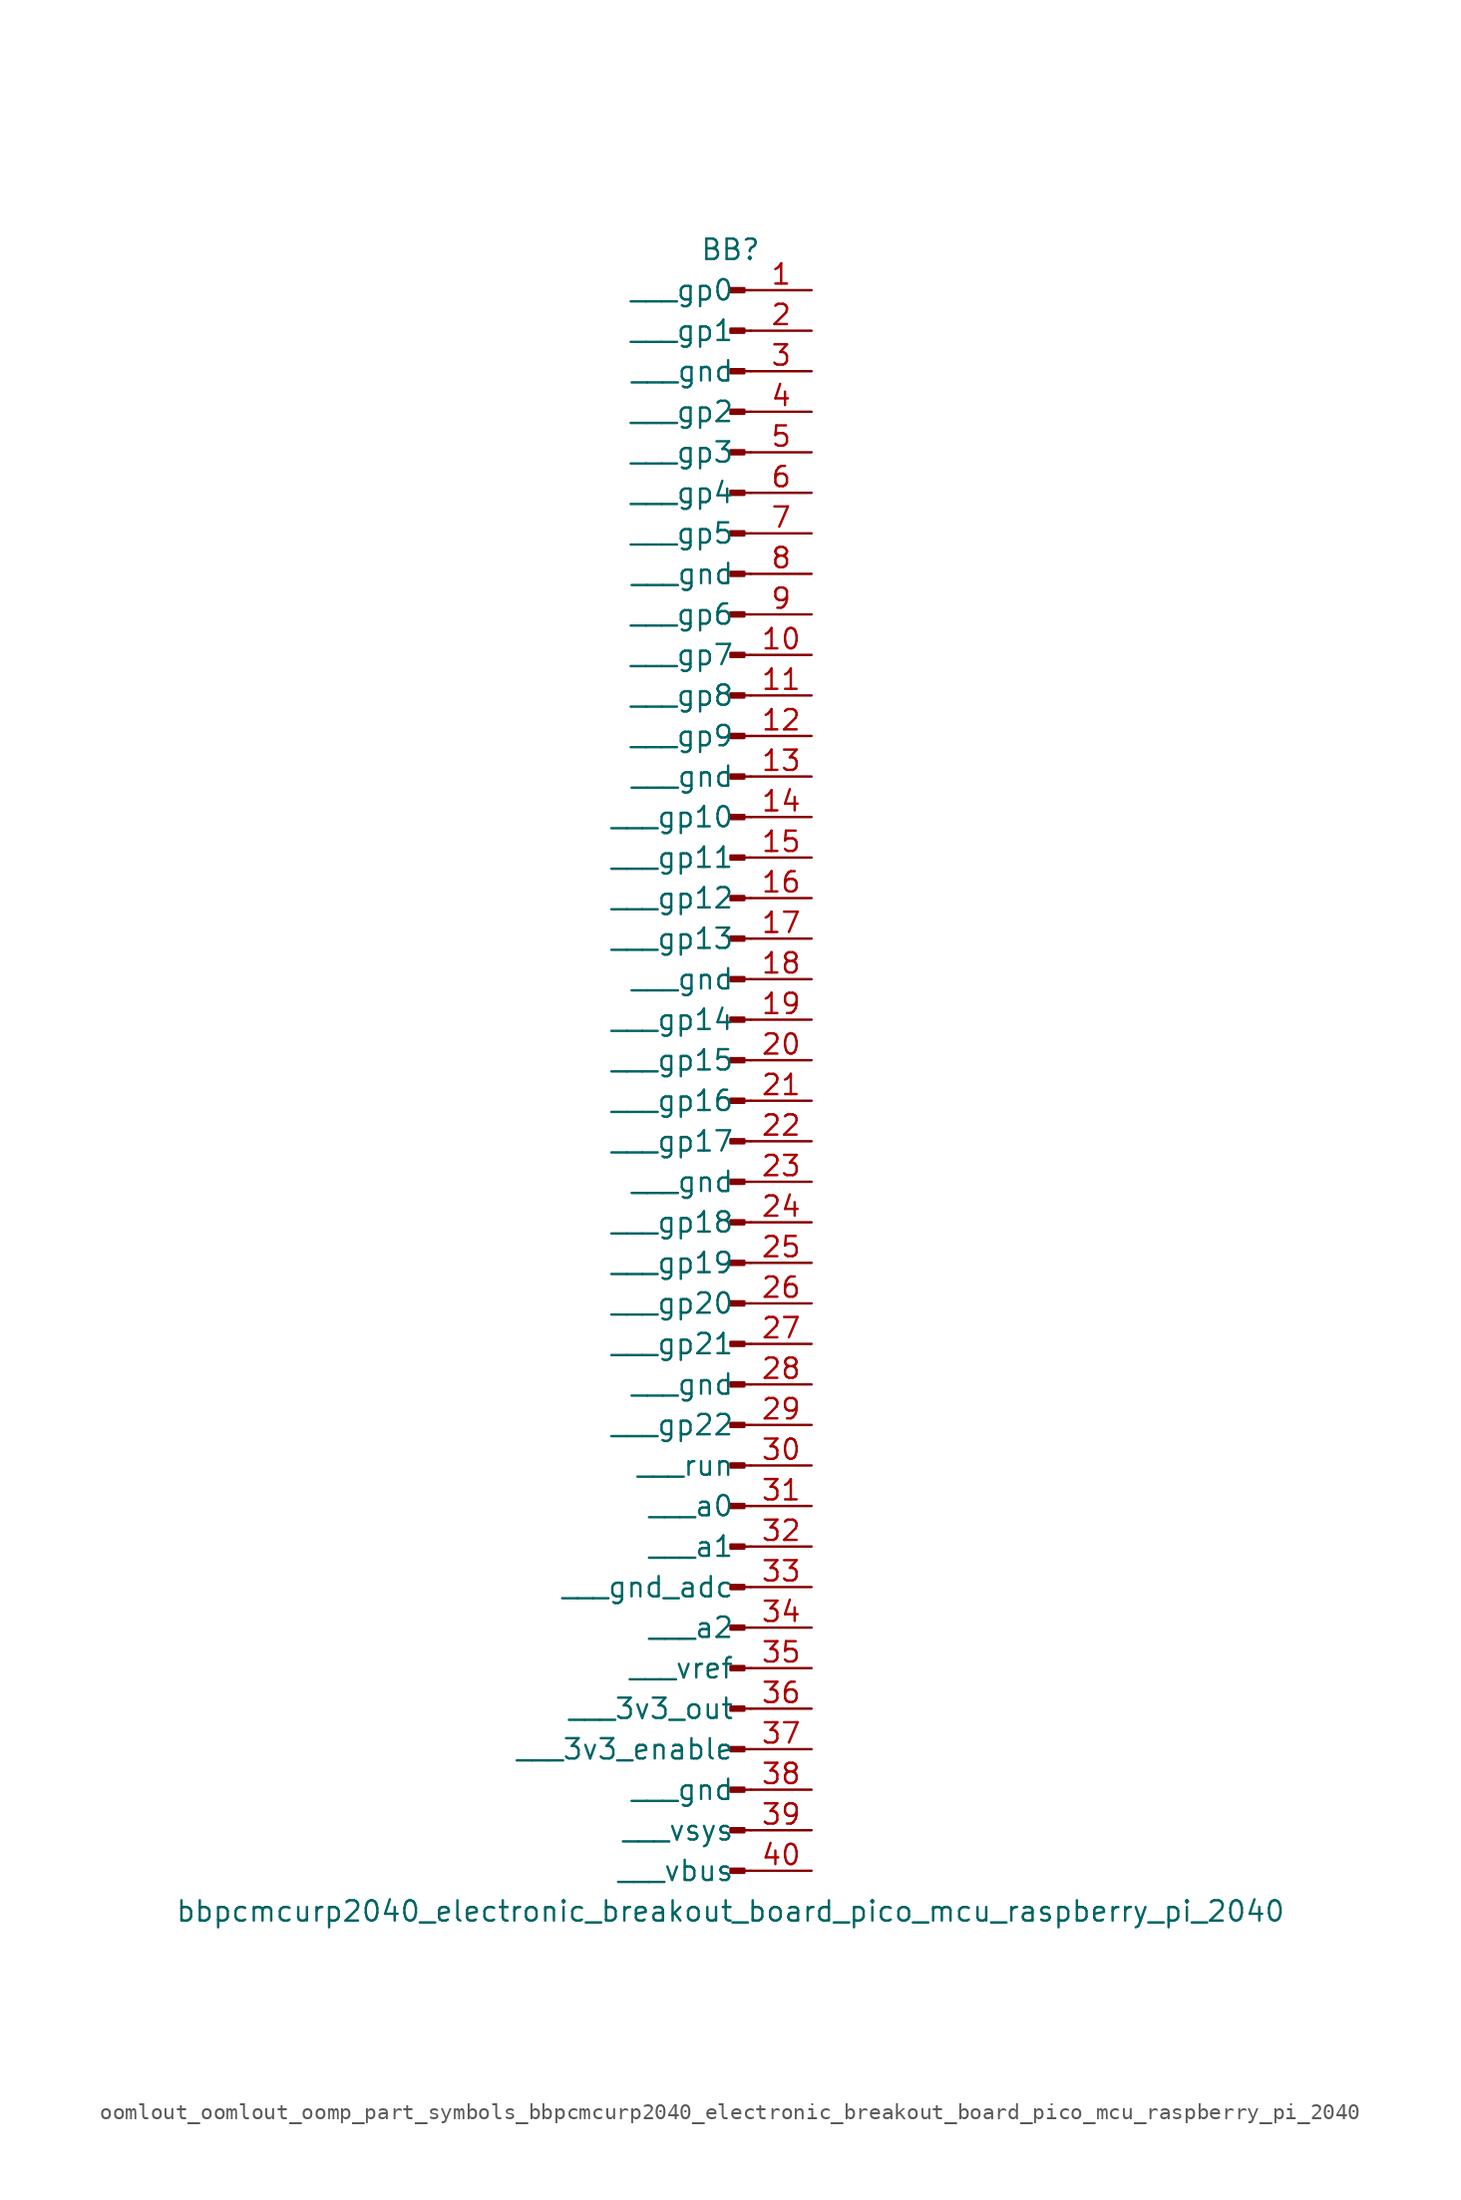
<source format=kicad_sym>
(kicad_symbol_lib
  (version 20220914)
  (generator kicad_symbol_editor)
  (symbol "oomlout_oomlout_oomp_part_symbols_bbpcmcurp2040_electronic_breakout_board_pico_mcu_raspberry_pi_2040"
    (pin_names
      (offset 1.016))
    (property "Reference" "BB"
      (at 0 50.8 0)
      (effects (font (size 1.27 1.27))))
    (property "Value" "bbpcmcurp2040_electronic_breakout_board_pico_mcu_raspberry_pi_2040"
      (at 0 -53.34 0)
      (effects (font (size 1.27 1.27))))
    (property "ki_locked" ""
      (at 0 0 0)
      (effects (font (size 1.27 1.27))))
    (symbol "oomlout_oomlout_oomp_part_symbols_bbpcmcurp2040_electronic_breakout_board_pico_mcu_raspberry_pi_2040_1_1"
      (polyline (pts (xy 1.27 -50.8) (xy 0.864 -50.8)) (stroke (width 0.152) (type default)) (fill (type none)))
      (polyline (pts (xy 1.27 -48.26) (xy 0.864 -48.26)) (stroke (width 0.152) (type default)) (fill (type none)))
      (polyline (pts (xy 1.27 -45.72) (xy 0.864 -45.72)) (stroke (width 0.152) (type default)) (fill (type none)))
      (polyline (pts (xy 1.27 -43.18) (xy 0.864 -43.18)) (stroke (width 0.152) (type default)) (fill (type none)))
      (polyline (pts (xy 1.27 -40.64) (xy 0.864 -40.64)) (stroke (width 0.152) (type default)) (fill (type none)))
      (polyline (pts (xy 1.27 -38.1) (xy 0.864 -38.1)) (stroke (width 0.152) (type default)) (fill (type none)))
      (polyline (pts (xy 1.27 -35.56) (xy 0.864 -35.56)) (stroke (width 0.152) (type default)) (fill (type none)))
      (polyline (pts (xy 1.27 -33.02) (xy 0.864 -33.02)) (stroke (width 0.152) (type default)) (fill (type none)))
      (polyline (pts (xy 1.27 -30.48) (xy 0.864 -30.48)) (stroke (width 0.152) (type default)) (fill (type none)))
      (polyline (pts (xy 1.27 -27.94) (xy 0.864 -27.94)) (stroke (width 0.152) (type default)) (fill (type none)))
      (polyline (pts (xy 1.27 -25.4) (xy 0.864 -25.4)) (stroke (width 0.152) (type default)) (fill (type none)))
      (polyline (pts (xy 1.27 -22.86) (xy 0.864 -22.86)) (stroke (width 0.152) (type default)) (fill (type none)))
      (polyline (pts (xy 1.27 -20.32) (xy 0.864 -20.32)) (stroke (width 0.152) (type default)) (fill (type none)))
      (polyline (pts (xy 1.27 -17.78) (xy 0.864 -17.78)) (stroke (width 0.152) (type default)) (fill (type none)))
      (polyline (pts (xy 1.27 -15.24) (xy 0.864 -15.24)) (stroke (width 0.152) (type default)) (fill (type none)))
      (polyline (pts (xy 1.27 -12.7) (xy 0.864 -12.7)) (stroke (width 0.152) (type default)) (fill (type none)))
      (polyline (pts (xy 1.27 -10.16) (xy 0.864 -10.16)) (stroke (width 0.152) (type default)) (fill (type none)))
      (polyline (pts (xy 1.27 -7.62) (xy 0.864 -7.62)) (stroke (width 0.152) (type default)) (fill (type none)))
      (polyline (pts (xy 1.27 -5.08) (xy 0.864 -5.08)) (stroke (width 0.152) (type default)) (fill (type none)))
      (polyline (pts (xy 1.27 -2.54) (xy 0.864 -2.54)) (stroke (width 0.152) (type default)) (fill (type none)))
      (polyline (pts (xy 1.27 0) (xy 0.864 0)) (stroke (width 0.152) (type default)) (fill (type none)))
      (polyline (pts (xy 1.27 2.54) (xy 0.864 2.54)) (stroke (width 0.152) (type default)) (fill (type none)))
      (polyline (pts (xy 1.27 5.08) (xy 0.864 5.08)) (stroke (width 0.152) (type default)) (fill (type none)))
      (polyline (pts (xy 1.27 7.62) (xy 0.864 7.62)) (stroke (width 0.152) (type default)) (fill (type none)))
      (polyline (pts (xy 1.27 10.16) (xy 0.864 10.16)) (stroke (width 0.152) (type default)) (fill (type none)))
      (polyline (pts (xy 1.27 12.7) (xy 0.864 12.7)) (stroke (width 0.152) (type default)) (fill (type none)))
      (polyline (pts (xy 1.27 15.24) (xy 0.864 15.24)) (stroke (width 0.152) (type default)) (fill (type none)))
      (polyline (pts (xy 1.27 17.78) (xy 0.864 17.78)) (stroke (width 0.152) (type default)) (fill (type none)))
      (polyline (pts (xy 1.27 20.32) (xy 0.864 20.32)) (stroke (width 0.152) (type default)) (fill (type none)))
      (polyline (pts (xy 1.27 22.86) (xy 0.864 22.86)) (stroke (width 0.152) (type default)) (fill (type none)))
      (polyline (pts (xy 1.27 25.4) (xy 0.864 25.4)) (stroke (width 0.152) (type default)) (fill (type none)))
      (polyline (pts (xy 1.27 27.94) (xy 0.864 27.94)) (stroke (width 0.152) (type default)) (fill (type none)))
      (polyline (pts (xy 1.27 30.48) (xy 0.864 30.48)) (stroke (width 0.152) (type default)) (fill (type none)))
      (polyline (pts (xy 1.27 33.02) (xy 0.864 33.02)) (stroke (width 0.152) (type default)) (fill (type none)))
      (polyline (pts (xy 1.27 35.56) (xy 0.864 35.56)) (stroke (width 0.152) (type default)) (fill (type none)))
      (polyline (pts (xy 1.27 38.1) (xy 0.864 38.1)) (stroke (width 0.152) (type default)) (fill (type none)))
      (polyline (pts (xy 1.27 40.64) (xy 0.864 40.64)) (stroke (width 0.152) (type default)) (fill (type none)))
      (polyline (pts (xy 1.27 43.18) (xy 0.864 43.18)) (stroke (width 0.152) (type default)) (fill (type none)))
      (polyline (pts (xy 1.27 45.72) (xy 0.864 45.72)) (stroke (width 0.152) (type default)) (fill (type none)))
      (polyline (pts (xy 1.27 48.26) (xy 0.864 48.26)) (stroke (width 0.152) (type default)) (fill (type none)))
      (rectangle (start 0.864 -50.673) (end 0 -50.927) (stroke (width 0.152) (type default)) (fill (type outline)))
      (rectangle (start 0.864 -48.133) (end 0 -48.387) (stroke (width 0.152) (type default)) (fill (type outline)))
      (rectangle (start 0.864 -45.593) (end 0 -45.847) (stroke (width 0.152) (type default)) (fill (type outline)))
      (rectangle (start 0.864 -43.053) (end 0 -43.307) (stroke (width 0.152) (type default)) (fill (type outline)))
      (rectangle (start 0.864 -40.513) (end 0 -40.767) (stroke (width 0.152) (type default)) (fill (type outline)))
      (rectangle (start 0.864 -37.973) (end 0 -38.227) (stroke (width 0.152) (type default)) (fill (type outline)))
      (rectangle (start 0.864 -35.433) (end 0 -35.687) (stroke (width 0.152) (type default)) (fill (type outline)))
      (rectangle (start 0.864 -32.893) (end 0 -33.147) (stroke (width 0.152) (type default)) (fill (type outline)))
      (rectangle (start 0.864 -30.353) (end 0 -30.607) (stroke (width 0.152) (type default)) (fill (type outline)))
      (rectangle (start 0.864 -27.813) (end 0 -28.067) (stroke (width 0.152) (type default)) (fill (type outline)))
      (rectangle (start 0.864 -25.273) (end 0 -25.527) (stroke (width 0.152) (type default)) (fill (type outline)))
      (rectangle (start 0.864 -22.733) (end 0 -22.987) (stroke (width 0.152) (type default)) (fill (type outline)))
      (rectangle (start 0.864 -20.193) (end 0 -20.447) (stroke (width 0.152) (type default)) (fill (type outline)))
      (rectangle (start 0.864 -17.653) (end 0 -17.907) (stroke (width 0.152) (type default)) (fill (type outline)))
      (rectangle (start 0.864 -15.113) (end 0 -15.367) (stroke (width 0.152) (type default)) (fill (type outline)))
      (rectangle (start 0.864 -12.573) (end 0 -12.827) (stroke (width 0.152) (type default)) (fill (type outline)))
      (rectangle (start 0.864 -10.033) (end 0 -10.287) (stroke (width 0.152) (type default)) (fill (type outline)))
      (rectangle (start 0.864 -7.493) (end 0 -7.747) (stroke (width 0.152) (type default)) (fill (type outline)))
      (rectangle (start 0.864 -4.953) (end 0 -5.207) (stroke (width 0.152) (type default)) (fill (type outline)))
      (rectangle (start 0.864 -2.413) (end 0 -2.667) (stroke (width 0.152) (type default)) (fill (type outline)))
      (rectangle (start 0.864 0.127) (end 0 -0.127) (stroke (width 0.152) (type default)) (fill (type outline)))
      (rectangle (start 0.864 2.667) (end 0 2.413) (stroke (width 0.152) (type default)) (fill (type outline)))
      (rectangle (start 0.864 5.207) (end 0 4.953) (stroke (width 0.152) (type default)) (fill (type outline)))
      (rectangle (start 0.864 7.747) (end 0 7.493) (stroke (width 0.152) (type default)) (fill (type outline)))
      (rectangle (start 0.864 10.287) (end 0 10.033) (stroke (width 0.152) (type default)) (fill (type outline)))
      (rectangle (start 0.864 12.827) (end 0 12.573) (stroke (width 0.152) (type default)) (fill (type outline)))
      (rectangle (start 0.864 15.367) (end 0 15.113) (stroke (width 0.152) (type default)) (fill (type outline)))
      (rectangle (start 0.864 17.907) (end 0 17.653) (stroke (width 0.152) (type default)) (fill (type outline)))
      (rectangle (start 0.864 20.447) (end 0 20.193) (stroke (width 0.152) (type default)) (fill (type outline)))
      (rectangle (start 0.864 22.987) (end 0 22.733) (stroke (width 0.152) (type default)) (fill (type outline)))
      (rectangle (start 0.864 25.527) (end 0 25.273) (stroke (width 0.152) (type default)) (fill (type outline)))
      (rectangle (start 0.864 28.067) (end 0 27.813) (stroke (width 0.152) (type default)) (fill (type outline)))
      (rectangle (start 0.864 30.607) (end 0 30.353) (stroke (width 0.152) (type default)) (fill (type outline)))
      (rectangle (start 0.864 33.147) (end 0 32.893) (stroke (width 0.152) (type default)) (fill (type outline)))
      (rectangle (start 0.864 35.687) (end 0 35.433) (stroke (width 0.152) (type default)) (fill (type outline)))
      (rectangle (start 0.864 38.227) (end 0 37.973) (stroke (width 0.152) (type default)) (fill (type outline)))
      (rectangle (start 0.864 40.767) (end 0 40.513) (stroke (width 0.152) (type default)) (fill (type outline)))
      (rectangle (start 0.864 43.307) (end 0 43.053) (stroke (width 0.152) (type default)) (fill (type outline)))
      (rectangle (start 0.864 45.847) (end 0 45.593) (stroke (width 0.152) (type default)) (fill (type outline)))
      (rectangle (start 0.864 48.387) (end 0 48.133) (stroke (width 0.152) (type default)) (fill (type outline)))
      (pin passive line (at 5.08 48.26 180) (length 3.81) (name "   gp0" (effects (font (size 1.27 1.27)))) (number "1" (effects (font (size 1.27 1.27)))))
      (pin passive line (at 5.08 25.4 180) (length 3.81) (name "   gp7" (effects (font (size 1.27 1.27)))) (number "10" (effects (font (size 1.27 1.27)))))
      (pin passive line (at 5.08 22.86 180) (length 3.81) (name "   gp8" (effects (font (size 1.27 1.27)))) (number "11" (effects (font (size 1.27 1.27)))))
      (pin passive line (at 5.08 20.32 180) (length 3.81) (name "   gp9" (effects (font (size 1.27 1.27)))) (number "12" (effects (font (size 1.27 1.27)))))
      (pin passive line (at 5.08 17.78 180) (length 3.81) (name "   gnd" (effects (font (size 1.27 1.27)))) (number "13" (effects (font (size 1.27 1.27)))))
      (pin passive line (at 5.08 15.24 180) (length 3.81) (name "   gp10" (effects (font (size 1.27 1.27)))) (number "14" (effects (font (size 1.27 1.27)))))
      (pin passive line (at 5.08 12.7 180) (length 3.81) (name "   gp11" (effects (font (size 1.27 1.27)))) (number "15" (effects (font (size 1.27 1.27)))))
      (pin passive line (at 5.08 10.16 180) (length 3.81) (name "   gp12" (effects (font (size 1.27 1.27)))) (number "16" (effects (font (size 1.27 1.27)))))
      (pin passive line (at 5.08 7.62 180) (length 3.81) (name "   gp13" (effects (font (size 1.27 1.27)))) (number "17" (effects (font (size 1.27 1.27)))))
      (pin passive line (at 5.08 5.08 180) (length 3.81) (name "   gnd" (effects (font (size 1.27 1.27)))) (number "18" (effects (font (size 1.27 1.27)))))
      (pin passive line (at 5.08 2.54 180) (length 3.81) (name "   gp14" (effects (font (size 1.27 1.27)))) (number "19" (effects (font (size 1.27 1.27)))))
      (pin passive line (at 5.08 45.72 180) (length 3.81) (name "   gp1" (effects (font (size 1.27 1.27)))) (number "2" (effects (font (size 1.27 1.27)))))
      (pin passive line (at 5.08 0 180) (length 3.81) (name "   gp15" (effects (font (size 1.27 1.27)))) (number "20" (effects (font (size 1.27 1.27)))))
      (pin passive line (at 5.08 -2.54 180) (length 3.81) (name "   gp16" (effects (font (size 1.27 1.27)))) (number "21" (effects (font (size 1.27 1.27)))))
      (pin passive line (at 5.08 -5.08 180) (length 3.81) (name "   gp17" (effects (font (size 1.27 1.27)))) (number "22" (effects (font (size 1.27 1.27)))))
      (pin passive line (at 5.08 -7.62 180) (length 3.81) (name "   gnd" (effects (font (size 1.27 1.27)))) (number "23" (effects (font (size 1.27 1.27)))))
      (pin passive line (at 5.08 -10.16 180) (length 3.81) (name "   gp18" (effects (font (size 1.27 1.27)))) (number "24" (effects (font (size 1.27 1.27)))))
      (pin passive line (at 5.08 -12.7 180) (length 3.81) (name "   gp19" (effects (font (size 1.27 1.27)))) (number "25" (effects (font (size 1.27 1.27)))))
      (pin passive line (at 5.08 -15.24 180) (length 3.81) (name "   gp20" (effects (font (size 1.27 1.27)))) (number "26" (effects (font (size 1.27 1.27)))))
      (pin passive line (at 5.08 -17.78 180) (length 3.81) (name "   gp21" (effects (font (size 1.27 1.27)))) (number "27" (effects (font (size 1.27 1.27)))))
      (pin passive line (at 5.08 -20.32 180) (length 3.81) (name "   gnd" (effects (font (size 1.27 1.27)))) (number "28" (effects (font (size 1.27 1.27)))))
      (pin passive line (at 5.08 -22.86 180) (length 3.81) (name "   gp22" (effects (font (size 1.27 1.27)))) (number "29" (effects (font (size 1.27 1.27)))))
      (pin passive line (at 5.08 43.18 180) (length 3.81) (name "   gnd" (effects (font (size 1.27 1.27)))) (number "3" (effects (font (size 1.27 1.27)))))
      (pin passive line (at 5.08 -25.4 180) (length 3.81) (name "   run" (effects (font (size 1.27 1.27)))) (number "30" (effects (font (size 1.27 1.27)))))
      (pin passive line (at 5.08 -27.94 180) (length 3.81) (name "   a0" (effects (font (size 1.27 1.27)))) (number "31" (effects (font (size 1.27 1.27)))))
      (pin passive line (at 5.08 -30.48 180) (length 3.81) (name "   a1" (effects (font (size 1.27 1.27)))) (number "32" (effects (font (size 1.27 1.27)))))
      (pin passive line (at 5.08 -33.02 180) (length 3.81) (name "   gnd_adc" (effects (font (size 1.27 1.27)))) (number "33" (effects (font (size 1.27 1.27)))))
      (pin passive line (at 5.08 -35.56 180) (length 3.81) (name "   a2" (effects (font (size 1.27 1.27)))) (number "34" (effects (font (size 1.27 1.27)))))
      (pin passive line (at 5.08 -38.1 180) (length 3.81) (name "   vref" (effects (font (size 1.27 1.27)))) (number "35" (effects (font (size 1.27 1.27)))))
      (pin passive line (at 5.08 -40.64 180) (length 3.81) (name "   3v3_out" (effects (font (size 1.27 1.27)))) (number "36" (effects (font (size 1.27 1.27)))))
      (pin passive line (at 5.08 -43.18 180) (length 3.81) (name "   3v3_enable" (effects (font (size 1.27 1.27)))) (number "37" (effects (font (size 1.27 1.27)))))
      (pin passive line (at 5.08 -45.72 180) (length 3.81) (name "   gnd" (effects (font (size 1.27 1.27)))) (number "38" (effects (font (size 1.27 1.27)))))
      (pin passive line (at 5.08 -48.26 180) (length 3.81) (name "   vsys" (effects (font (size 1.27 1.27)))) (number "39" (effects (font (size 1.27 1.27)))))
      (pin passive line (at 5.08 40.64 180) (length 3.81) (name "   gp2" (effects (font (size 1.27 1.27)))) (number "4" (effects (font (size 1.27 1.27)))))
      (pin passive line (at 5.08 -50.8 180) (length 3.81) (name "   vbus" (effects (font (size 1.27 1.27)))) (number "40" (effects (font (size 1.27 1.27)))))
      (pin passive line (at 5.08 38.1 180) (length 3.81) (name "   gp3" (effects (font (size 1.27 1.27)))) (number "5" (effects (font (size 1.27 1.27)))))
      (pin passive line (at 5.08 35.56 180) (length 3.81) (name "   gp4" (effects (font (size 1.27 1.27)))) (number "6" (effects (font (size 1.27 1.27)))))
      (pin passive line (at 5.08 33.02 180) (length 3.81) (name "   gp5" (effects (font (size 1.27 1.27)))) (number "7" (effects (font (size 1.27 1.27)))))
      (pin passive line (at 5.08 30.48 180) (length 3.81) (name "   gnd" (effects (font (size 1.27 1.27)))) (number "8" (effects (font (size 1.27 1.27)))))
      (pin passive line (at 5.08 27.94 180) (length 3.81) (name "   gp6" (effects (font (size 1.27 1.27)))) (number "9" (effects (font (size 1.27 1.27))))))))
</source>
